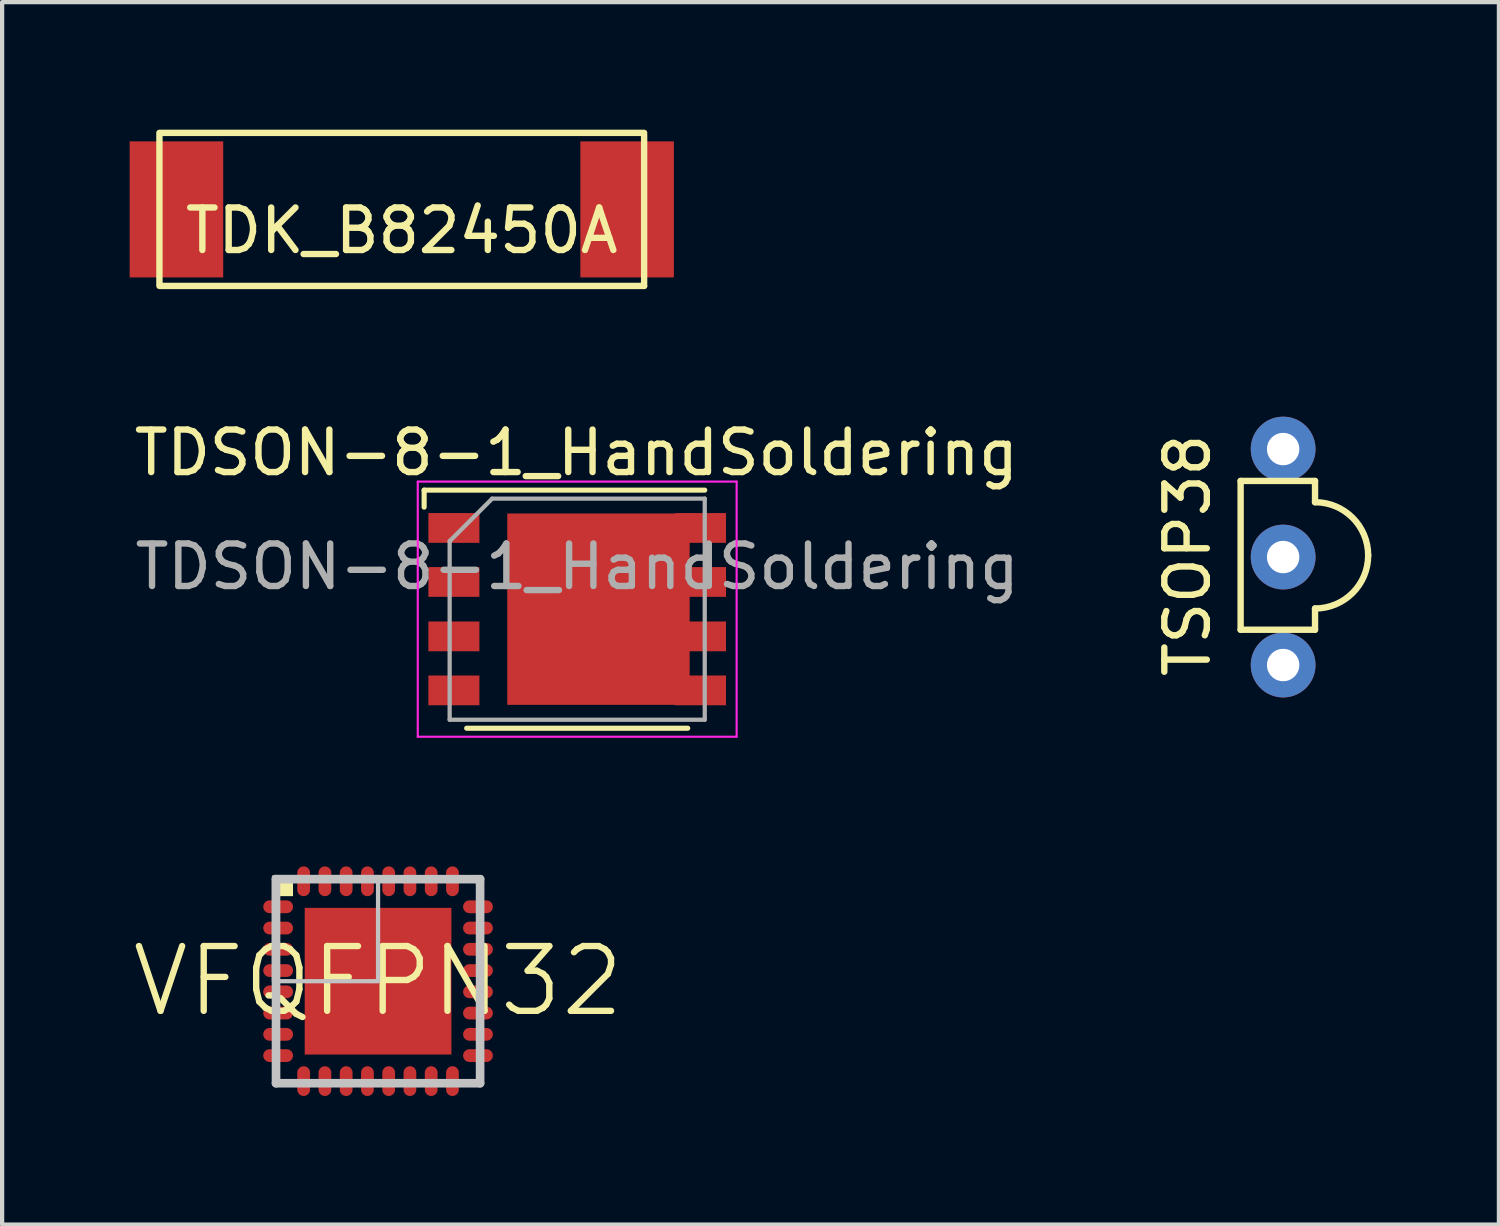
<source format=kicad_pcb>
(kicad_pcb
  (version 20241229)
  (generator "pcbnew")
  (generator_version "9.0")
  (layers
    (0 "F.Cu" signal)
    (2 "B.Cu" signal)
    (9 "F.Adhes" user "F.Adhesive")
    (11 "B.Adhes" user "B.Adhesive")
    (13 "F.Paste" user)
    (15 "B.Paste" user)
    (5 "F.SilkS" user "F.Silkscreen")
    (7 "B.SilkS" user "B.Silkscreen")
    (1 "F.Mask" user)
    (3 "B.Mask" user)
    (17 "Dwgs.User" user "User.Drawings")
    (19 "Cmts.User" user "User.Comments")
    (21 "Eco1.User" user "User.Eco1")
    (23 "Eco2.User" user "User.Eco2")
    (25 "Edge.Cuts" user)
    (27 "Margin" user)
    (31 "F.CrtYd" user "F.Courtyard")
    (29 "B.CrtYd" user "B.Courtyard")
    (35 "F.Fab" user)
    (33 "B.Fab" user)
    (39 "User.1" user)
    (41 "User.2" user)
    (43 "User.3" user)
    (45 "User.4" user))
  (footprint "TDSON-8-1_HandSoldering"
    (layer "F.Cu")
    (at 10.526 11.278)
    (property "Reference" "TDSON-8-1_HandSoldering" (at -0.02 -3.68 0) (layer "F.SilkS") (effects (font (size 1 1) (thickness 0.15))))
    (attr smd)
    (fp_line (start -3.6 -2.8) (end -3.6 -2.4) (stroke (width 0.12) (type solid)) (layer "F.SilkS"))
    (fp_line (start 2.6 2.8) (end -2.6 2.8) (stroke (width 0.12) (type solid)) (layer "F.SilkS"))
    (fp_line (start 3 -2.8) (end -3.6 -2.8) (stroke (width 0.12) (type solid)) (layer "F.SilkS"))
    (fp_line (start -3.75 -3) (end -3.75 3) (stroke (width 0.05) (type solid)) (layer "F.CrtYd"))
    (fp_line (start -3.75 3) (end 3.75 3) (stroke (width 0.05) (type solid)) (layer "F.CrtYd"))
    (fp_line (start 3.75 -3) (end -3.75 -3) (stroke (width 0.05) (type solid)) (layer "F.CrtYd"))
    (fp_line (start 3.75 3) (end 3.75 -3) (stroke (width 0.05) (type solid)) (layer "F.CrtYd"))
    (fp_line (start -3 2.6) (end -3 -1.6) (stroke (width 0.1) (type solid)) (layer "F.Fab"))
    (fp_line (start -2 -2.6) (end -3 -1.6) (stroke (width 0.1) (type solid)) (layer "F.Fab"))
    (fp_line (start -2 -2.6) (end 3 -2.6) (stroke (width 0.1) (type solid)) (layer "F.Fab"))
    (fp_line (start 3 -2.6) (end 3 2.6) (stroke (width 0.1) (type solid)) (layer "F.Fab"))
    (fp_line (start 3 2.6) (end -3 2.6) (stroke (width 0.1) (type solid)) (layer "F.Fab"))
    (fp_text user "${REFERENCE}" (at 0 -1 0) (layer "F.Fab") (effects (font (size 1 1) (thickness 0.15))))
    (pad "1" smd rect (at -2.9 -1.91 270) (size 0.7 1.2) (layers "F.Cu" "F.Mask" "F.Paste"))
    (pad "1" smd rect (at -2.9 -0.64 270) (size 0.7 1.2) (layers "F.Cu" "F.Mask" "F.Paste"))
    (pad "1" smd rect (at -2.9 0.64 270) (size 0.7 1.2) (layers "F.Cu" "F.Mask" "F.Paste"))
    (pad "2" smd rect (at -2.9 1.91 270) (size 0.7 1.2) (layers "F.Cu" "F.Mask" "F.Paste"))
    (pad "3" smd rect (at -0.75 -1.09 270) (size 1.55 1.2) (layers "F.Cu" "F.Mask" "F.Paste"))
    (pad "3" smd rect (at -0.75 1.09 270) (size 1.55 1.2) (layers "F.Cu" "F.Mask" "F.Paste"))
    (pad "3" smd rect (at 0.5 0 270) (size 4.5 4.29) (layers "F.Cu" "F.Mask" "F.Paste"))
    (pad "3" smd rect (at 1.25 -1.09 270) (size 1.55 1.6) (layers "F.Cu" "F.Mask" "F.Paste"))
    (pad "3" smd rect (at 1.25 1.09 270) (size 1.55 1.6) (layers "F.Cu" "F.Mask" "F.Paste"))
    (pad "3" smd rect (at 2.9 -1.91 270) (size 0.7 1.2) (layers "F.Cu" "F.Mask" "F.Paste"))
    (pad "3" smd rect (at 2.9 -0.64 270) (size 0.7 1.2) (layers "F.Cu" "F.Mask" "F.Paste"))
    (pad "3" smd rect (at 2.9 0.64 270) (size 0.7 1.2) (layers "F.Cu" "F.Mask" "F.Paste"))
    (pad "3" smd rect (at 2.9 1.91 270) (size 0.7 1.2) (layers "F.Cu" "F.Mask" "F.Paste")))
  (footprint "TSOP38"
    (layer "F.Cu")
    (at 27.13 7.512)
    (property "Reference" "TSOP38" (at -2.25 2.5 90) (layer "F.SilkS") (effects (font (size 1 1) (thickness 0.15))))
    (attr through_hole)
    (fp_line (start -1 0.75) (end -1 4.25) (stroke (width 0.15) (type solid)) (layer "F.SilkS"))
    (fp_line (start -1 0.75) (end 0.75 0.75) (stroke (width 0.15) (type solid)) (layer "F.SilkS"))
    (fp_line (start -1 4.25) (end 0.75 4.25) (stroke (width 0.15) (type solid)) (layer "F.SilkS"))
    (fp_line (start 0.75 0.75) (end 0.75 1.25) (stroke (width 0.15) (type solid)) (layer "F.SilkS"))
    (fp_line (start 0.75 4.25) (end 0.75 3.75) (stroke (width 0.15) (type solid)) (layer "F.SilkS"))
    (fp_arc (start 0.75 1.25) (mid 1.633883 1.616117) (end 2 2.5) (stroke (width 0.15) (type solid)) (layer "F.SilkS"))
    (fp_arc (start 2 2.5) (mid 1.633883 3.383883) (end 0.75 3.75) (stroke (width 0.15) (type solid)) (layer "F.SilkS"))
    (pad "1" thru_hole circle (at 0 5.08) (size 1.524 1.524) (drill 0.762) (layers "*.Cu" "*.Mask"))
    (pad "2" thru_hole circle (at 0 2.54) (size 1.524 1.524) (drill 0.762) (layers "*.Cu" "*.Mask"))
    (pad "3" thru_hole circle (at 0 0) (size 1.524 1.524) (drill 0.762) (layers "*.Cu" "*.Mask")))
  (footprint "TDK_B82450A"
    (layer "F.Cu")
    (at 6.4 1.875)
    (property "Reference" "TDK_B82450A" (at 0 0.5 0) (layer "F.SilkS") (effects (font (size 1 1) (thickness 0.15))))
    (attr through_hole)
    (fp_line (start -5.7 -1.75) (end -5.7 1.75) (stroke (width 0.15) (type solid)) (layer "F.SilkS"))
    (fp_line (start -5.7 1.8) (end 5.7 1.8) (stroke (width 0.15) (type solid)) (layer "F.SilkS"))
    (fp_line (start 5.7 -1.8) (end -5.7 -1.8) (stroke (width 0.15) (type solid)) (layer "F.SilkS"))
    (fp_line (start 5.7 -1.75) (end 5.7 1.75) (stroke (width 0.15) (type solid)) (layer "F.SilkS"))
    (fp_line (start 5.7 1.8) (end 5.7 1.8) (stroke (width 0.15) (type solid)) (layer "F.SilkS"))
    (pad "1" smd rect (at -5.3 0) (size 2.2 3.2) (layers "F.Cu" "F.Mask" "F.Paste"))
    (pad "2" smd rect (at 5.3 0) (size 2.2 3.2) (layers "F.Cu" "F.Mask" "F.Paste")))
  (footprint "VFQFPN32"
    (layer "F.Cu")
    (at 5.842 20.028)
    (property "Reference" "VFQFPN32" (at 0 0 0) (layer "F.SilkS") (effects (font (size 1.524 1.524) (thickness 0.15))))
    (attr through_hole)
    (fp_line (start -2.55 -1.75) (end -2.15 -1.75) (stroke (width 0.35) (type solid)) (layer "F.Mask"))
    (fp_line (start -2.55 -1.25) (end -2.15 -1.25) (stroke (width 0.35) (type solid)) (layer "F.Mask"))
    (fp_line (start -2.55 -0.75) (end -2.15 -0.75) (stroke (width 0.35) (type solid)) (layer "F.Mask"))
    (fp_line (start -2.55 -0.25) (end -2.15 -0.25) (stroke (width 0.35) (type solid)) (layer "F.Mask"))
    (fp_line (start -2.55 0.25) (end -2.15 0.25) (stroke (width 0.35) (type solid)) (layer "F.Mask"))
    (fp_line (start -2.55 0.75) (end -2.15 0.75) (stroke (width 0.35) (type solid)) (layer "F.Mask"))
    (fp_line (start -2.55 1.25) (end -2.15 1.25) (stroke (width 0.35) (type solid)) (layer "F.Mask"))
    (fp_line (start -2.55 1.75) (end -2.15 1.75) (stroke (width 0.35) (type solid)) (layer "F.Mask"))
    (fp_line (start -1.75 -2.55) (end -1.75 -2.15) (stroke (width 0.35) (type solid)) (layer "F.Mask"))
    (fp_line (start -1.75 2.55) (end -1.75 2.15) (stroke (width 0.35) (type solid)) (layer "F.Mask"))
    (fp_line (start -1.25 -2.55) (end -1.25 -2.15) (stroke (width 0.35) (type solid)) (layer "F.Mask"))
    (fp_line (start -1.25 2.55) (end -1.25 2.15) (stroke (width 0.35) (type solid)) (layer "F.Mask"))
    (fp_line (start -0.75 -2.55) (end -0.75 -2.15) (stroke (width 0.35) (type solid)) (layer "F.Mask"))
    (fp_line (start -0.75 2.55) (end -0.75 2.15) (stroke (width 0.35) (type solid)) (layer "F.Mask"))
    (fp_line (start -0.25 -2.55) (end -0.25 -2.15) (stroke (width 0.35) (type solid)) (layer "F.Mask"))
    (fp_line (start -0.25 2.55) (end -0.25 2.15) (stroke (width 0.35) (type solid)) (layer "F.Mask"))
    (fp_line (start 0.25 -2.55) (end 0.25 -2.15) (stroke (width 0.35) (type solid)) (layer "F.Mask"))
    (fp_line (start 0.25 2.55) (end 0.25 2.15) (stroke (width 0.35) (type solid)) (layer "F.Mask"))
    (fp_line (start 0.75 -2.55) (end 0.75 -2.15) (stroke (width 0.35) (type solid)) (layer "F.Mask"))
    (fp_line (start 0.75 2.55) (end 0.75 2.15) (stroke (width 0.35) (type solid)) (layer "F.Mask"))
    (fp_line (start 1.25 -2.55) (end 1.25 -2.15) (stroke (width 0.35) (type solid)) (layer "F.Mask"))
    (fp_line (start 1.25 2.55) (end 1.25 2.15) (stroke (width 0.35) (type solid)) (layer "F.Mask"))
    (fp_line (start 1.75 -2.55) (end 1.75 -2.15) (stroke (width 0.35) (type solid)) (layer "F.Mask"))
    (fp_line (start 1.75 2.55) (end 1.75 2.15) (stroke (width 0.35) (type solid)) (layer "F.Mask"))
    (fp_line (start 2.55 -1.75) (end 2.15 -1.75) (stroke (width 0.35) (type solid)) (layer "F.Mask"))
    (fp_line (start 2.55 -1.25) (end 2.15 -1.25) (stroke (width 0.35) (type solid)) (layer "F.Mask"))
    (fp_line (start 2.55 -0.75) (end 2.15 -0.75) (stroke (width 0.35) (type solid)) (layer "F.Mask"))
    (fp_line (start 2.55 -0.25) (end 2.15 -0.25) (stroke (width 0.35) (type solid)) (layer "F.Mask"))
    (fp_line (start 2.55 0.25) (end 2.15 0.25) (stroke (width 0.35) (type solid)) (layer "F.Mask"))
    (fp_line (start 2.55 0.75) (end 2.15 0.75) (stroke (width 0.35) (type solid)) (layer "F.Mask"))
    (fp_line (start 2.55 1.25) (end 2.15 1.25) (stroke (width 0.35) (type solid)) (layer "F.Mask"))
    (fp_line (start 2.55 1.75) (end 2.15 1.75) (stroke (width 0.35) (type solid)) (layer "F.Mask"))
    (fp_poly (pts (xy -1.7 -1.4) (xy -1.4 -1.7) (xy 1.7 -1.7) (xy 1.7 1.7) (xy -1.7 1.7)) (stroke (width 0) (type solid)) (fill yes) (layer "F.Mask"))
    (fp_poly (pts (xy -2.45 -2) (xy -2 -2) (xy -2 -2.45) (xy -2.45 -2.45)) (stroke (width 0) (type solid)) (fill yes) (layer "F.SilkS"))
    (fp_line (start -2.55 -1.75) (end -2.15 -1.75) (stroke (width 0.225) (type solid)) (layer "F.Paste"))
    (fp_line (start -2.55 -1.25) (end -2.15 -1.25) (stroke (width 0.225) (type solid)) (layer "F.Paste"))
    (fp_line (start -2.55 -0.75) (end -2.15 -0.75) (stroke (width 0.225) (type solid)) (layer "F.Paste"))
    (fp_line (start -2.55 -0.25) (end -2.15 -0.25) (stroke (width 0.225) (type solid)) (layer "F.Paste"))
    (fp_line (start -2.55 0.25) (end -2.15 0.25) (stroke (width 0.225) (type solid)) (layer "F.Paste"))
    (fp_line (start -2.55 0.75) (end -2.15 0.75) (stroke (width 0.225) (type solid)) (layer "F.Paste"))
    (fp_line (start -2.55 1.25) (end -2.15 1.25) (stroke (width 0.225) (type solid)) (layer "F.Paste"))
    (fp_line (start -2.55 1.75) (end -2.15 1.75) (stroke (width 0.225) (type solid)) (layer "F.Paste"))
    (fp_line (start -1.75 -2.55) (end -1.75 -2.15) (stroke (width 0.225) (type solid)) (layer "F.Paste"))
    (fp_line (start -1.75 2.55) (end -1.75 2.15) (stroke (width 0.225) (type solid)) (layer "F.Paste"))
    (fp_line (start -1.25 -2.55) (end -1.25 -2.15) (stroke (width 0.225) (type solid)) (layer "F.Paste"))
    (fp_line (start -1.25 2.55) (end -1.25 2.15) (stroke (width 0.225) (type solid)) (layer "F.Paste"))
    (fp_line (start -0.75 -2.55) (end -0.75 -2.15) (stroke (width 0.225) (type solid)) (layer "F.Paste"))
    (fp_line (start -0.75 2.55) (end -0.75 2.15) (stroke (width 0.225) (type solid)) (layer "F.Paste"))
    (fp_line (start -0.25 -2.55) (end -0.25 -2.15) (stroke (width 0.225) (type solid)) (layer "F.Paste"))
    (fp_line (start -0.25 2.55) (end -0.25 2.15) (stroke (width 0.225) (type solid)) (layer "F.Paste"))
    (fp_line (start 0.25 -2.55) (end 0.25 -2.15) (stroke (width 0.225) (type solid)) (layer "F.Paste"))
    (fp_line (start 0.25 2.55) (end 0.25 2.15) (stroke (width 0.225) (type solid)) (layer "F.Paste"))
    (fp_line (start 0.75 -2.55) (end 0.75 -2.15) (stroke (width 0.225) (type solid)) (layer "F.Paste"))
    (fp_line (start 0.75 2.55) (end 0.75 2.15) (stroke (width 0.225) (type solid)) (layer "F.Paste"))
    (fp_line (start 1.25 -2.55) (end 1.25 -2.15) (stroke (width 0.225) (type solid)) (layer "F.Paste"))
    (fp_line (start 1.25 2.55) (end 1.25 2.15) (stroke (width 0.225) (type solid)) (layer "F.Paste"))
    (fp_line (start 1.75 -2.55) (end 1.75 -2.15) (stroke (width 0.225) (type solid)) (layer "F.Paste"))
    (fp_line (start 1.75 2.55) (end 1.75 2.15) (stroke (width 0.225) (type solid)) (layer "F.Paste"))
    (fp_line (start 2.55 -1.75) (end 2.15 -1.75) (stroke (width 0.225) (type solid)) (layer "F.Paste"))
    (fp_line (start 2.55 -1.25) (end 2.15 -1.25) (stroke (width 0.225) (type solid)) (layer "F.Paste"))
    (fp_line (start 2.55 -0.75) (end 2.15 -0.75) (stroke (width 0.225) (type solid)) (layer "F.Paste"))
    (fp_line (start 2.55 -0.25) (end 2.15 -0.25) (stroke (width 0.225) (type solid)) (layer "F.Paste"))
    (fp_line (start 2.55 0.25) (end 2.15 0.25) (stroke (width 0.225) (type solid)) (layer "F.Paste"))
    (fp_line (start 2.55 0.75) (end 2.15 0.75) (stroke (width 0.225) (type solid)) (layer "F.Paste"))
    (fp_line (start 2.55 1.25) (end 2.15 1.25) (stroke (width 0.225) (type solid)) (layer "F.Paste"))
    (fp_line (start 2.55 1.75) (end 2.15 1.75) (stroke (width 0.225) (type solid)) (layer "F.Paste"))
    (fp_poly (pts (xy -1.5 -0.25) (xy -0.25 -0.25) (xy -0.25 -1.5) (xy -1.5 -1.5)) (stroke (width 0) (type solid)) (fill yes) (layer "F.Paste"))
    (fp_poly (pts (xy -1.5 1.5) (xy -0.25 1.5) (xy -0.25 0.25) (xy -1.5 0.25)) (stroke (width 0) (type solid)) (fill yes) (layer "F.Paste"))
    (fp_poly (pts (xy 0.25 -0.25) (xy 1.5 -0.25) (xy 1.5 -1.5) (xy 0.25 -1.5)) (stroke (width 0) (type solid)) (fill yes) (layer "F.Paste"))
    (fp_poly (pts (xy 0.25 1.5) (xy 1.5 1.5) (xy 1.5 0.25) (xy 0.25 0.25)) (stroke (width 0) (type solid)) (fill yes) (layer "F.Paste"))
    (fp_line (start -2.4 -2.4) (end 2.4 -2.4) (stroke (width 0.203) (type solid)) (layer "Dwgs.User"))
    (fp_line (start -2.4 2.4) (end -2.4 -2.4) (stroke (width 0.203) (type solid)) (layer "Dwgs.User"))
    (fp_line (start 2.4 -2.4) (end 2.4 2.4) (stroke (width 0.203) (type solid)) (layer "Dwgs.User"))
    (fp_line (start 2.4 2.4) (end -2.4 2.4) (stroke (width 0.203) (type solid)) (layer "Dwgs.User"))
    (fp_poly (pts (xy -2.45 0) (xy 0 0) (xy 0 -2.45) (xy -2.45 -2.45)) (stroke (width 0.1) (type solid)) (fill no) (layer "Dwgs.User"))
    (pad "1" smd oval (at -2.35 -1.75) (size 0.7 0.3) (layers "F.Cu" "F.Mask" "F.Paste"))
    (pad "2" smd oval (at -2.35 -1.25) (size 0.7 0.3) (layers "F.Cu" "F.Mask" "F.Paste"))
    (pad "3" smd oval (at -2.35 -0.75) (size 0.7 0.3) (layers "F.Cu" "F.Mask" "F.Paste"))
    (pad "4" smd oval (at -2.35 -0.25) (size 0.7 0.3) (layers "F.Cu" "F.Mask" "F.Paste"))
    (pad "5" smd oval (at -2.35 0.25) (size 0.7 0.3) (layers "F.Cu" "F.Mask" "F.Paste"))
    (pad "6" smd oval (at -2.35 0.75) (size 0.7 0.3) (layers "F.Cu" "F.Mask" "F.Paste"))
    (pad "7" smd oval (at -2.35 1.25) (size 0.7 0.3) (layers "F.Cu" "F.Mask" "F.Paste"))
    (pad "8" smd oval (at -2.35 1.75) (size 0.7 0.3) (layers "F.Cu" "F.Mask" "F.Paste"))
    (pad "9" smd oval (at -1.75 2.35 90) (size 0.7 0.3) (layers "F.Cu" "F.Mask" "F.Paste"))
    (pad "10" smd oval (at -1.25 2.35 90) (size 0.7 0.3) (layers "F.Cu" "F.Mask" "F.Paste"))
    (pad "11" smd oval (at -0.75 2.35 90) (size 0.7 0.3) (layers "F.Cu" "F.Mask" "F.Paste"))
    (pad "12" smd oval (at -0.25 2.35 90) (size 0.7 0.3) (layers "F.Cu" "F.Mask" "F.Paste"))
    (pad "13" smd oval (at 0.25 2.35 90) (size 0.7 0.3) (layers "F.Cu" "F.Mask" "F.Paste"))
    (pad "14" smd oval (at 0.75 2.35 90) (size 0.7 0.3) (layers "F.Cu" "F.Mask" "F.Paste"))
    (pad "15" smd oval (at 1.25 2.35 90) (size 0.7 0.3) (layers "F.Cu" "F.Mask" "F.Paste"))
    (pad "16" smd oval (at 1.75 2.35 90) (size 0.7 0.3) (layers "F.Cu" "F.Mask" "F.Paste"))
    (pad "17" smd oval (at 2.35 1.75 180) (size 0.7 0.3) (layers "F.Cu" "F.Mask" "F.Paste"))
    (pad "18" smd oval (at 2.35 1.25 180) (size 0.7 0.3) (layers "F.Cu" "F.Mask" "F.Paste"))
    (pad "19" smd oval (at 2.35 0.75 180) (size 0.7 0.3) (layers "F.Cu" "F.Mask" "F.Paste"))
    (pad "20" smd oval (at 2.35 0.25 180) (size 0.7 0.3) (layers "F.Cu" "F.Mask" "F.Paste"))
    (pad "21" smd oval (at 2.35 -0.25 180) (size 0.7 0.3) (layers "F.Cu" "F.Mask" "F.Paste"))
    (pad "22" smd oval (at 2.35 -0.75 180) (size 0.7 0.3) (layers "F.Cu" "F.Mask" "F.Paste"))
    (pad "23" smd oval (at 2.35 -1.25 180) (size 0.7 0.3) (layers "F.Cu" "F.Mask" "F.Paste"))
    (pad "24" smd oval (at 2.35 -1.75 180) (size 0.7 0.3) (layers "F.Cu" "F.Mask" "F.Paste"))
    (pad "25" smd oval (at 1.75 -2.35 270) (size 0.7 0.3) (layers "F.Cu" "F.Mask" "F.Paste"))
    (pad "26" smd oval (at 1.25 -2.35 270) (size 0.7 0.3) (layers "F.Cu" "F.Mask" "F.Paste"))
    (pad "27" smd oval (at 0.75 -2.35 270) (size 0.7 0.3) (layers "F.Cu" "F.Mask" "F.Paste"))
    (pad "28" smd oval (at 0.25 -2.35 270) (size 0.7 0.3) (layers "F.Cu" "F.Mask" "F.Paste"))
    (pad "29" smd oval (at -0.25 -2.35 270) (size 0.7 0.3) (layers "F.Cu" "F.Mask" "F.Paste"))
    (pad "30" smd oval (at -0.75 -2.35 270) (size 0.7 0.3) (layers "F.Cu" "F.Mask" "F.Paste"))
    (pad "31" smd oval (at -1.25 -2.35 270) (size 0.7 0.3) (layers "F.Cu" "F.Mask" "F.Paste"))
    (pad "32" smd oval (at -1.75 -2.35 270) (size 0.7 0.3) (layers "F.Cu" "F.Mask" "F.Paste"))
    (pad "EXP" smd rect (at 0 0) (size 3.45 3.45) (layers "F.Cu" "F.Mask" "F.Paste")))
  (gr_rect
    (start -3 -3)
    (end 32.205 25.753)
    (stroke (width 0.1) (type default))
    (fill no)
    (layer "Edge.Cuts")))
</source>
